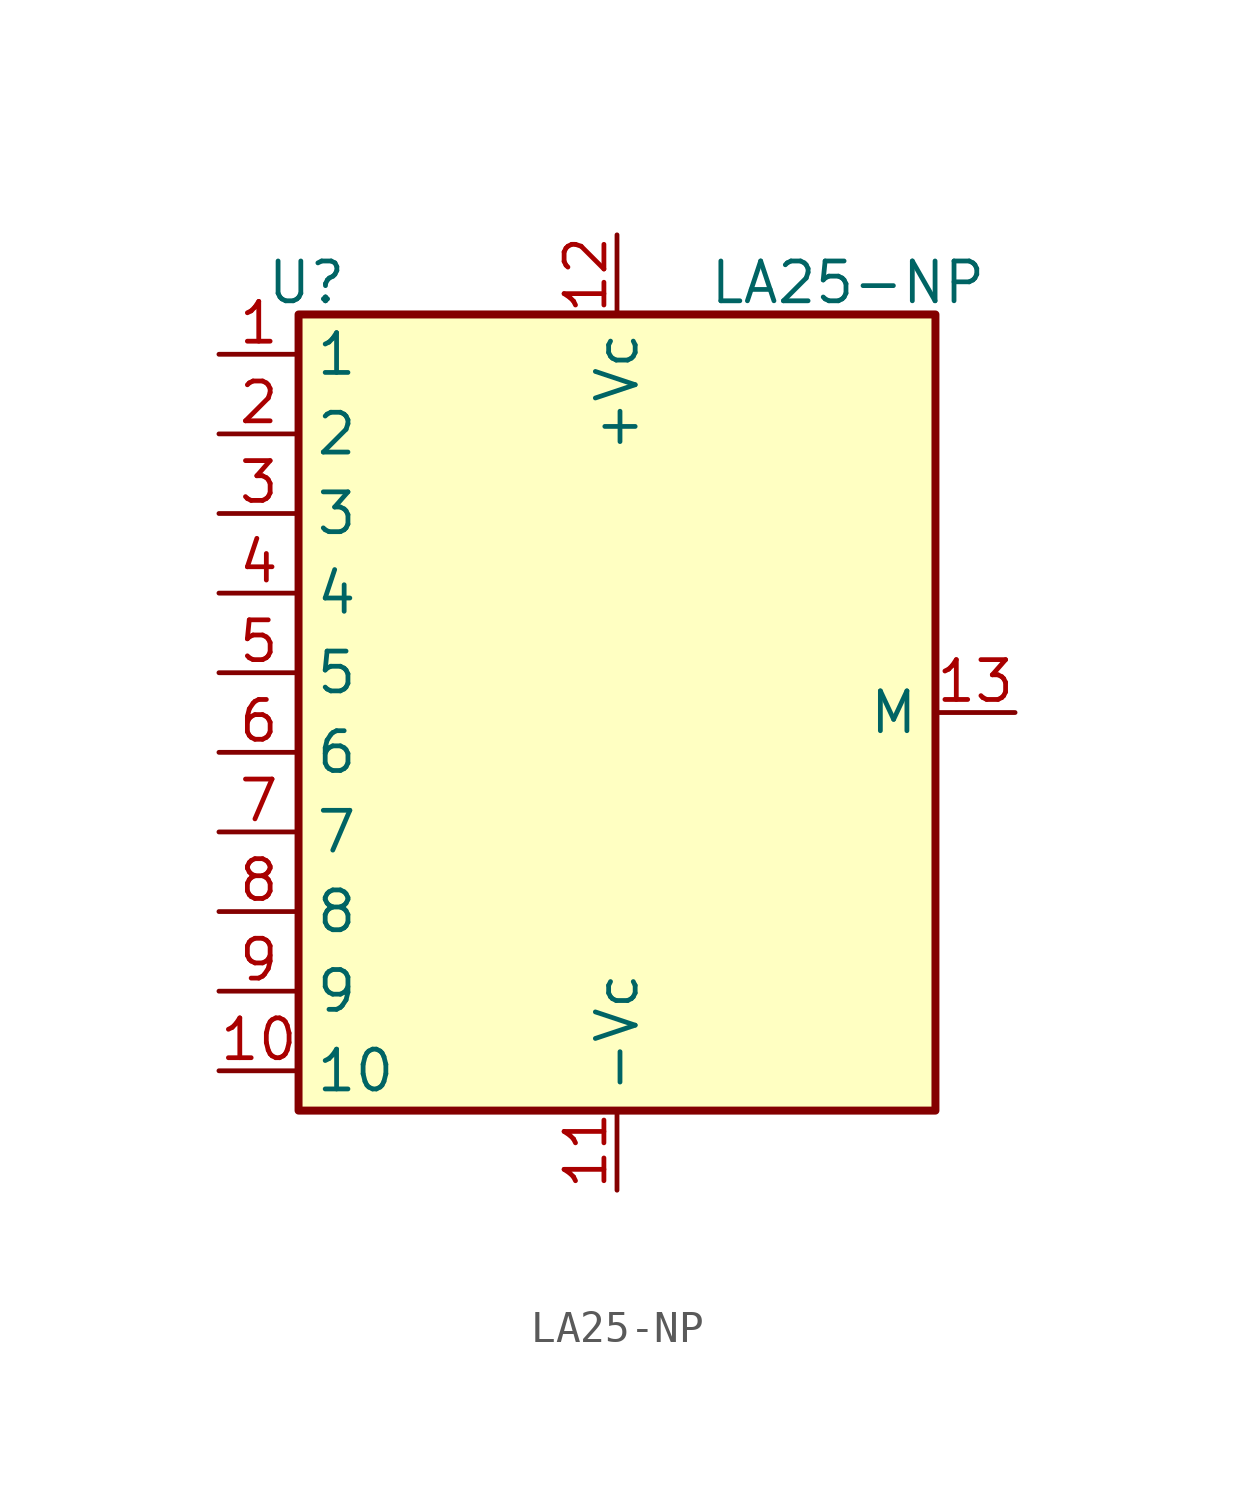
<source format=kicad_sym>
(kicad_symbol_lib
  (version 20231120)
  (generator "kicad_symbol_editor")
  (generator_version "8.0")
  (symbol "LA25-NP"
    (property "Reference" "U"
      (at -9.906 13.716 0)
      (effects (font (size 1.27 1.27))))
    (property "Value" "LA25-NP"
      (at 7.366 13.716 0)
      (effects (font (size 1.27 1.27))))
    (symbol "LA25-NP_1_1"
      (rectangle (start -10.16 12.7) (end 10.16 -12.7) (stroke (width 0.254) (type default)) (fill (type background)))
      (pin input line (at -12.7 11.43 0) (length 2.54) (name "1" (effects (font (size 1.27 1.27)))) (number "1" (effects (font (size 1.27 1.27)))))
      (pin input line (at -12.7 -11.43 0) (length 2.54) (name "10" (effects (font (size 1.27 1.27)))) (number "10" (effects (font (size 1.27 1.27)))))
      (pin power_out line (at 0 -15.24 90) (length 2.54) (name "-Vc" (effects (font (size 1.27 1.27)))) (number "11" (effects (font (size 1.27 1.27)))))
      (pin power_in line (at 0 15.24 270) (length 2.54) (name "+Vc" (effects (font (size 1.27 1.27)))) (number "12" (effects (font (size 1.27 1.27)))))
      (pin output line (at 12.7 0 180) (length 2.54) (name "M" (effects (font (size 1.27 1.27)))) (number "13" (effects (font (size 1.27 1.27)))))
      (pin input line (at -12.7 8.89 0) (length 2.54) (name "2" (effects (font (size 1.27 1.27)))) (number "2" (effects (font (size 1.27 1.27)))))
      (pin input line (at -12.7 6.35 0) (length 2.54) (name "3" (effects (font (size 1.27 1.27)))) (number "3" (effects (font (size 1.27 1.27)))))
      (pin input line (at -12.7 3.81 0) (length 2.54) (name "4" (effects (font (size 1.27 1.27)))) (number "4" (effects (font (size 1.27 1.27)))))
      (pin input line (at -12.7 1.27 0) (length 2.54) (name "5" (effects (font (size 1.27 1.27)))) (number "5" (effects (font (size 1.27 1.27)))))
      (pin input line (at -12.7 -1.27 0) (length 2.54) (name "6" (effects (font (size 1.27 1.27)))) (number "6" (effects (font (size 1.27 1.27)))))
      (pin input line (at -12.7 -3.81 0) (length 2.54) (name "7" (effects (font (size 1.27 1.27)))) (number "7" (effects (font (size 1.27 1.27)))))
      (pin input line (at -12.7 -6.35 0) (length 2.54) (name "8" (effects (font (size 1.27 1.27)))) (number "8" (effects (font (size 1.27 1.27)))))
      (pin input line (at -12.7 -8.89 0) (length 2.54) (name "9" (effects (font (size 1.27 1.27)))) (number "9" (effects (font (size 1.27 1.27))))))))
</source>
